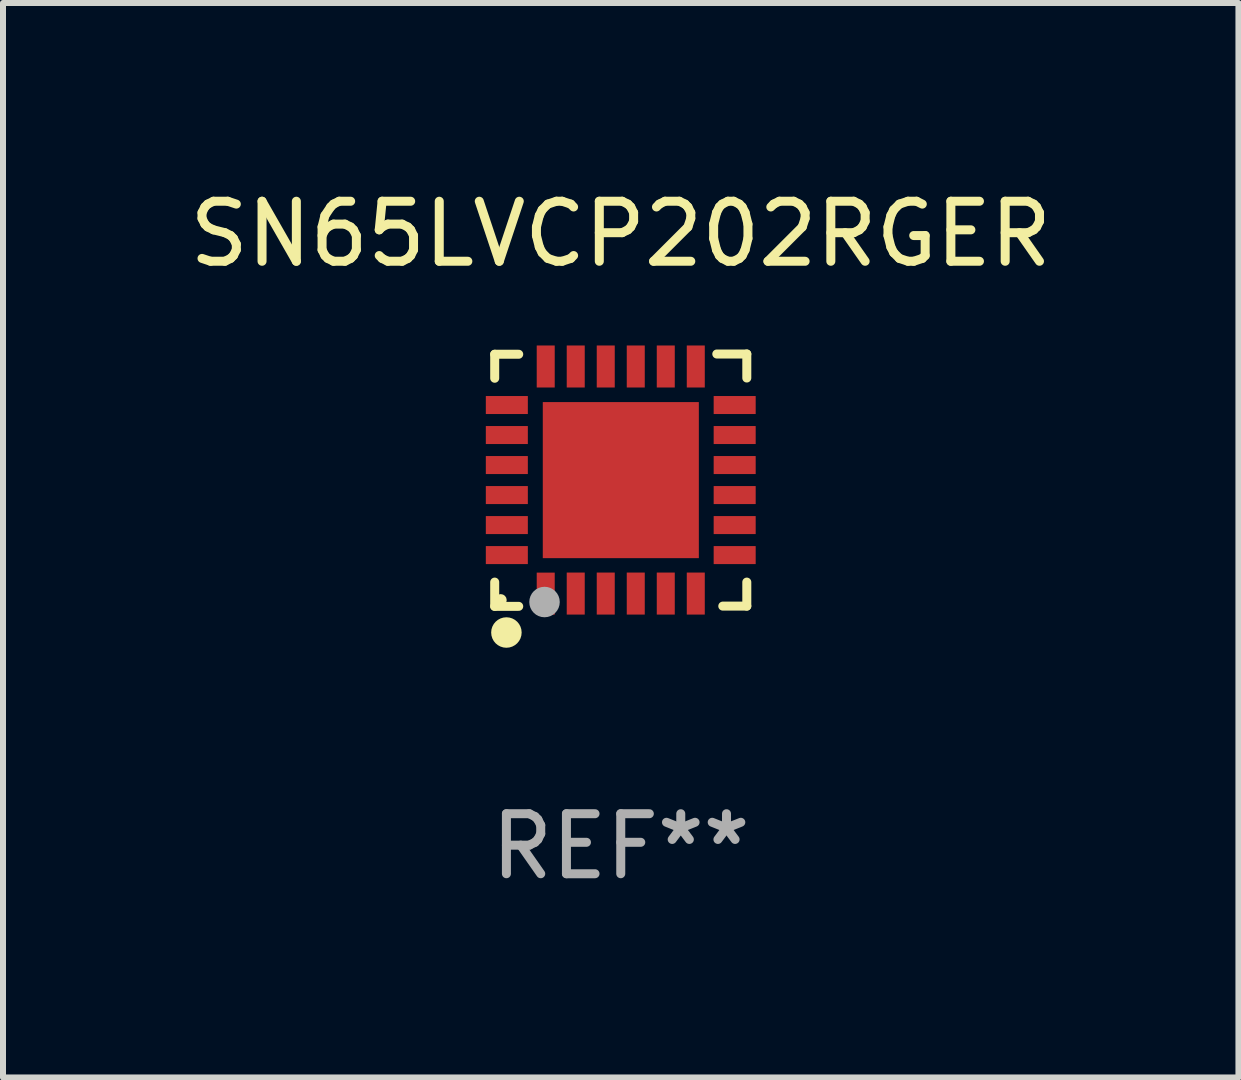
<source format=kicad_pcb>
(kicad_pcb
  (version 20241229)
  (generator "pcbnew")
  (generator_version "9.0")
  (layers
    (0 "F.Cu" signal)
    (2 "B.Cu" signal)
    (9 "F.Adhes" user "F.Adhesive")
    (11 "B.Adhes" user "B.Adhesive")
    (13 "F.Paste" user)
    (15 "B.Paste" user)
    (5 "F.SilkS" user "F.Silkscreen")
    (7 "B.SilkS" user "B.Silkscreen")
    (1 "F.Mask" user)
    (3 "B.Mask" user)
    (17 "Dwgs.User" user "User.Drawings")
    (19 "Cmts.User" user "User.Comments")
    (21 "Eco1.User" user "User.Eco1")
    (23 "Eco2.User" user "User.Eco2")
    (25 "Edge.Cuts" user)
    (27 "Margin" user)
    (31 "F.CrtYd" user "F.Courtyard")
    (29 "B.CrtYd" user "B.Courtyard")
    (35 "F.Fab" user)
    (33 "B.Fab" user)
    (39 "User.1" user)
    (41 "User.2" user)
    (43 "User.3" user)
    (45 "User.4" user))
  (footprint "SN65LVCP202RGER"
    (layer "F.Cu")
    (at 7.292 4.95)
    (property "Reference" "SN65LVCP202RGER" (at 0 -4.102 0) (layer "F.SilkS") (effects (font (size 1 1) (thickness 0.15))))
    (attr through_hole)
    (fp_line (start -2.1 -2.098) (end -1.7 -2.098) (stroke (width 0.15) (type solid)) (layer "F.SilkS"))
    (fp_line (start -2.1 -1.698) (end -2.1 -2.098) (stroke (width 0.15) (type solid)) (layer "F.SilkS"))
    (fp_line (start -2.1 2.102) (end -2.1 1.698) (stroke (width 0.15) (type solid)) (layer "F.SilkS"))
    (fp_line (start -1.7 2.102) (end -2.1 2.102) (stroke (width 0.15) (type solid)) (layer "F.SilkS"))
    (fp_line (start 1.6 -2.102) (end 2.1 -2.102) (stroke (width 0.15) (type solid)) (layer "F.SilkS"))
    (fp_line (start 1.7 2.098) (end 2.1 2.098) (stroke (width 0.15) (type solid)) (layer "F.SilkS"))
    (fp_line (start 2.1 -2.102) (end 2.1 -1.702) (stroke (width 0.15) (type solid)) (layer "F.SilkS"))
    (fp_line (start 2.1 2.098) (end 2.1 1.698) (stroke (width 0.15) (type solid)) (layer "F.SilkS"))
    (fp_circle (center -2 1.998) (end -1.95 1.998) (stroke (width 0.1) (type solid)) (fill no) (layer "F.SilkS"))
    (fp_circle (center -1.905 2.538) (end -1.778 2.538) (stroke (width 0.254) (type solid)) (fill no) (layer "F.SilkS"))
    (fp_circle (center -1.27 2.03) (end -1.143 2.03) (stroke (width 0.254) (type solid)) (fill no) (layer "F.Fab"))
    (fp_text user "REF**" (at 0 6.102 0) (layer "F.Fab") (effects (font (size 1 1) (thickness 0.15))))
    (pad "1" smd rect (at -1.25 1.89 180) (size 0.3 0.7) (layers "F.Cu" "F.Mask" "F.Paste"))
    (pad "2" smd rect (at -0.75 1.889 180) (size 0.3 0.7) (layers "F.Cu" "F.Mask" "F.Paste"))
    (pad "3" smd rect (at -0.25 1.889 180) (size 0.3 0.7) (layers "F.Cu" "F.Mask" "F.Paste"))
    (pad "4" smd rect (at 0.25 1.889 180) (size 0.3 0.7) (layers "F.Cu" "F.Mask" "F.Paste"))
    (pad "5" smd rect (at 0.75 1.889 180) (size 0.3 0.7) (layers "F.Cu" "F.Mask" "F.Paste"))
    (pad "6" smd rect (at 1.25 1.889 180) (size 0.3 0.7) (layers "F.Cu" "F.Mask" "F.Paste"))
    (pad "7" smd rect (at 1.898 1.248 270) (size 0.3 0.7) (layers "F.Cu" "F.Mask" "F.Paste"))
    (pad "8" smd rect (at 1.898 0.748 270) (size 0.3 0.7) (layers "F.Cu" "F.Mask" "F.Paste"))
    (pad "9" smd rect (at 1.898 0.248 270) (size 0.3 0.7) (layers "F.Cu" "F.Mask" "F.Paste"))
    (pad "10" smd rect (at 1.898 -0.252 270) (size 0.3 0.7) (layers "F.Cu" "F.Mask" "F.Paste"))
    (pad "11" smd rect (at 1.898 -0.752 270) (size 0.3 0.7) (layers "F.Cu" "F.Mask" "F.Paste"))
    (pad "12" smd rect (at 1.898 -1.252 270) (size 0.3 0.7) (layers "F.Cu" "F.Mask" "F.Paste"))
    (pad "13" smd rect (at 1.25 -1.894) (size 0.3 0.7) (layers "F.Cu" "F.Mask" "F.Paste"))
    (pad "14" smd rect (at 0.75 -1.894) (size 0.3 0.7) (layers "F.Cu" "F.Mask" "F.Paste"))
    (pad "15" smd rect (at 0.25 -1.894) (size 0.3 0.7) (layers "F.Cu" "F.Mask" "F.Paste"))
    (pad "16" smd rect (at -0.25 -1.894) (size 0.3 0.7) (layers "F.Cu" "F.Mask" "F.Paste"))
    (pad "17" smd rect (at -0.75 -1.894) (size 0.3 0.7) (layers "F.Cu" "F.Mask" "F.Paste"))
    (pad "18" smd rect (at -1.25 -1.894) (size 0.3 0.7) (layers "F.Cu" "F.Mask" "F.Paste"))
    (pad "19" smd rect (at -1.898 -1.252 90) (size 0.3 0.7) (layers "F.Cu" "F.Mask" "F.Paste"))
    (pad "20" smd rect (at -1.898 -0.752 90) (size 0.3 0.7) (layers "F.Cu" "F.Mask" "F.Paste"))
    (pad "21" smd rect (at -1.898 -0.252 90) (size 0.3 0.7) (layers "F.Cu" "F.Mask" "F.Paste"))
    (pad "22" smd rect (at -1.898 0.248 90) (size 0.3 0.7) (layers "F.Cu" "F.Mask" "F.Paste"))
    (pad "23" smd rect (at -1.898 0.748 90) (size 0.3 0.7) (layers "F.Cu" "F.Mask" "F.Paste"))
    (pad "24" smd rect (at -1.898 1.248 90) (size 0.3 0.7) (layers "F.Cu" "F.Mask" "F.Paste"))
    (pad "25" smd rect (at 0.001 -0.001 90) (size 2.6 2.6) (layers "F.Cu" "F.Mask" "F.Paste")))
  (gr_rect
    (start -3 -3)
    (end 17.583 14.901)
    (stroke (width 0.1) (type default))
    (fill no)
    (layer "Edge.Cuts")))
</source>
